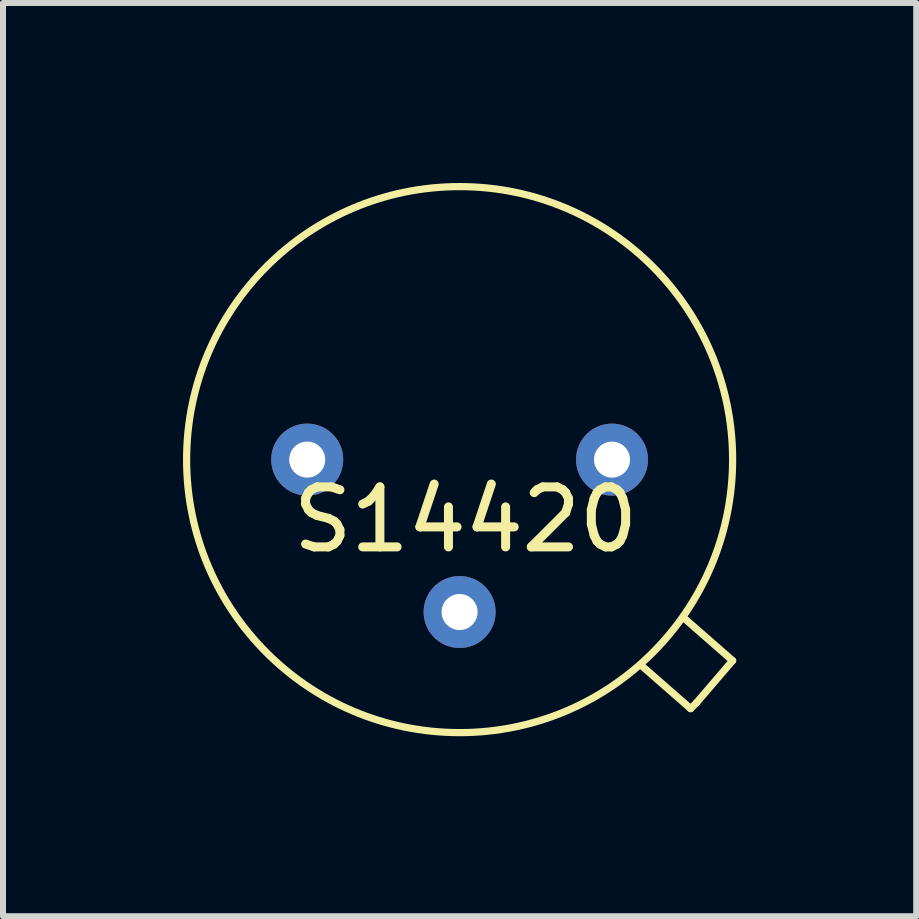
<source format=kicad_pcb>
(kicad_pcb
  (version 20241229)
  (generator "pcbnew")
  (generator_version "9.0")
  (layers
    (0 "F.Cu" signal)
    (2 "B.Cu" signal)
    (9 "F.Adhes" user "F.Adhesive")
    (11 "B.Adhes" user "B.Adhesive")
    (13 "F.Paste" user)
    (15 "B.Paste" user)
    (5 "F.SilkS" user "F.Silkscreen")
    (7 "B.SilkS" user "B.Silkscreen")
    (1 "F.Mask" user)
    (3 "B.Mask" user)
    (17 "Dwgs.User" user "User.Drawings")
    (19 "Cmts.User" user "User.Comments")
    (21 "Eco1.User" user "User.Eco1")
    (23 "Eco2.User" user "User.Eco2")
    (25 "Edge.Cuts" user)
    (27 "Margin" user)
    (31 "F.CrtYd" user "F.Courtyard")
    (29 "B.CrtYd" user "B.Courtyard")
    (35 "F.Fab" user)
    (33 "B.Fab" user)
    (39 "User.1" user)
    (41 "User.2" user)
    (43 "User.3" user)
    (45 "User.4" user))
  (footprint "S14420"
    (layer "F.Cu")
    (at 4.61 4.61)
    (property "Reference" "S14420" (at 0.1 1 0) (layer "F.SilkS") (effects (font (size 1 1) (thickness 0.15))))
    (attr through_hole)
    (fp_line (start 3.75 2.65) (end 4.55 3.35) (stroke (width 0.12) (type solid)) (layer "F.SilkS"))
    (fp_line (start 3.85 4.15) (end 3.05 3.45) (stroke (width 0.12) (type solid)) (layer "F.SilkS"))
    (fp_line (start 3.95 4.05) (end 3.85 4.15) (stroke (width 0.12) (type solid)) (layer "F.SilkS"))
    (fp_line (start 4.55 3.35) (end 3.95 4.05) (stroke (width 0.12) (type solid)) (layer "F.SilkS"))
    (fp_circle (center 0 0) (end 4.55 0) (stroke (width 0.12) (type solid)) (fill no) (layer "F.SilkS"))
    (pad "1" thru_hole circle (at 2.54 0) (size 1.2 1.2) (drill 0.6) (layers "*.Cu" "*.Mask"))
    (pad "2" thru_hole circle (at -2.54 0) (size 1.2 1.2) (drill 0.6) (layers "*.Cu" "*.Mask"))
    (pad "3" thru_hole circle (at 0 2.54) (size 1.2 1.2) (drill 0.6) (layers "*.Cu" "*.Mask")))
  (gr_rect
    (start -3 -3)
    (end 12.22 12.22)
    (stroke (width 0.1) (type default))
    (fill no)
    (layer "Edge.Cuts")))
</source>
